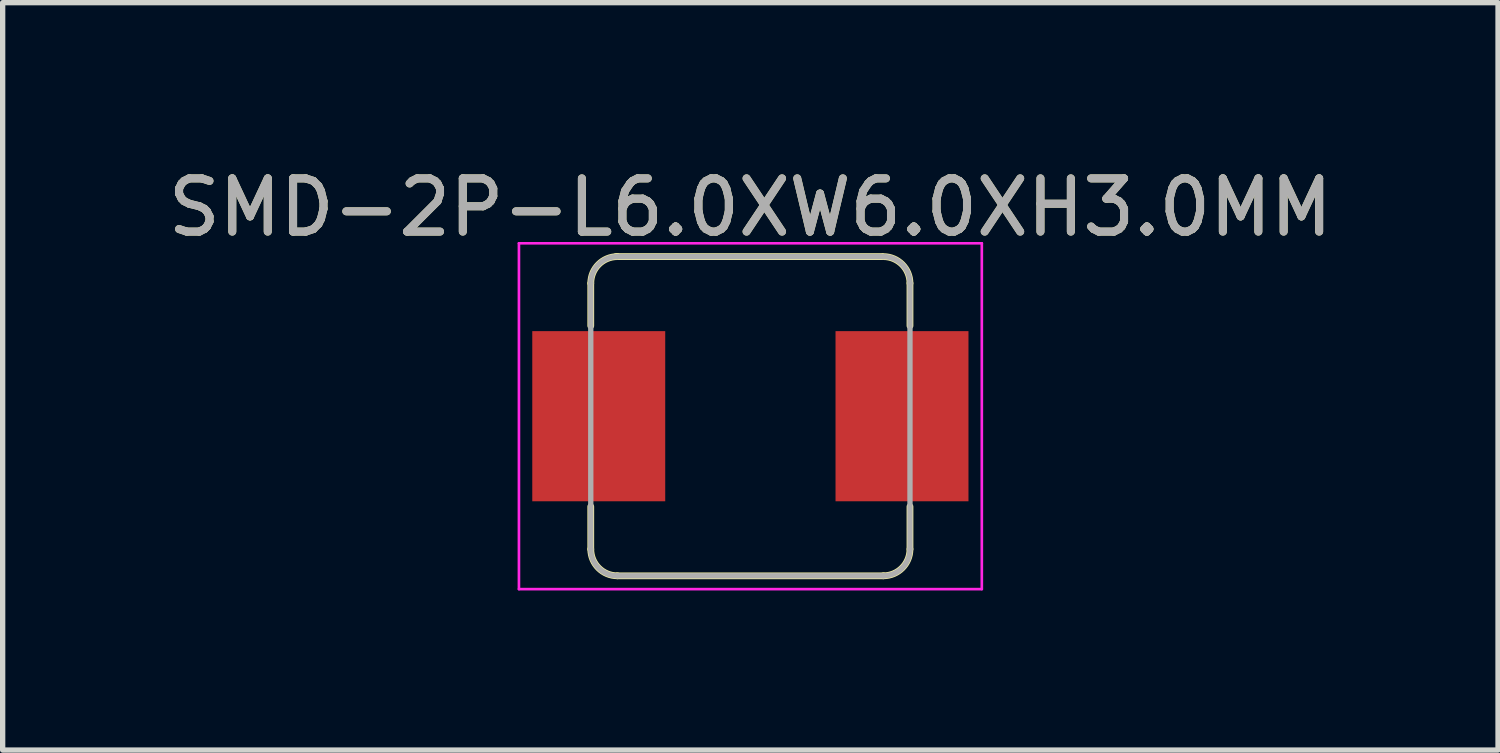
<source format=kicad_pcb>
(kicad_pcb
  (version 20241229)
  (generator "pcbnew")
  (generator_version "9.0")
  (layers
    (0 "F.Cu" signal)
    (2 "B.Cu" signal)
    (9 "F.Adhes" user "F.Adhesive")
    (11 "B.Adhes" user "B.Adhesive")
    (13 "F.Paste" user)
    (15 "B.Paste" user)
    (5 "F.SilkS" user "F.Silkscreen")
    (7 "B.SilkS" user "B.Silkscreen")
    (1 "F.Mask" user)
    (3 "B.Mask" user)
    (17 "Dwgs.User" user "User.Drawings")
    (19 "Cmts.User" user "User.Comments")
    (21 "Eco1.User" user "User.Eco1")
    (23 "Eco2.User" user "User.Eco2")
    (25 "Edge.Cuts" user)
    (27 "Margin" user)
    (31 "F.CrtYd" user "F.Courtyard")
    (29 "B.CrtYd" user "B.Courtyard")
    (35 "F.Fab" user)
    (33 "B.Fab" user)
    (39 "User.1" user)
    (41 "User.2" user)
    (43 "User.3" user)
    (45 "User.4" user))
  (footprint "SMD-2P-L6.0XW6.0XH3.0MM"
    (layer "F.Cu")
    (at 11.054 4.773)
    (property "Reference" "SMD-2P-L6.0XW6.0XH3.0MM" (at 0 -3.925 0) (layer "F.SilkS") (effects (font (size 1 1) (thickness 0.15))))
    (attr smd)
    (fp_line (start -3 -2.499) (end -3 -1.699) (stroke (width 0.127) (type solid)) (layer "F.SilkS"))
    (fp_line (start -3 2.499) (end -3 1.699) (stroke (width 0.127) (type solid)) (layer "F.SilkS"))
    (fp_line (start 2.475 -3) (end -2.524 -3) (stroke (width 0.127) (type solid)) (layer "F.SilkS"))
    (fp_line (start 2.499 3) (end -2.499 3) (stroke (width 0.127) (type solid)) (layer "F.SilkS"))
    (fp_line (start 3 -2.499) (end 3 -1.699) (stroke (width 0.127) (type solid)) (layer "F.SilkS"))
    (fp_line (start 3 2.499) (end 3 1.699) (stroke (width 0.127) (type solid)) (layer "F.SilkS"))
    (fp_arc (start -2.99974 -2.49936) (mid -2.853182 -2.853182) (end -2.49936 -2.99974) (stroke (width 0.127) (type solid)) (layer "F.SilkS"))
    (fp_arc (start -2.49936 2.99974) (mid -2.853182 2.853182) (end -2.99974 2.49936) (stroke (width 0.127) (type solid)) (layer "F.SilkS"))
    (fp_arc (start 2.49936 -2.99974) (mid 2.853182 -2.853182) (end 2.99974 -2.49936) (stroke (width 0.127) (type solid)) (layer "F.SilkS"))
    (fp_arc (start 2.99974 2.49936) (mid 2.853182 2.853182) (end 2.49936 2.99974) (stroke (width 0.127) (type solid)) (layer "F.SilkS"))
    (fp_line (start -4.35 -3.25) (end -4.35 3.25) (stroke (width 0.05) (type solid)) (layer "F.CrtYd"))
    (fp_line (start -4.35 3.25) (end 4.35 3.25) (stroke (width 0.05) (type solid)) (layer "F.CrtYd"))
    (fp_line (start 4.35 -3.25) (end -4.35 -3.25) (stroke (width 0.05) (type solid)) (layer "F.CrtYd"))
    (fp_line (start 4.35 3.25) (end 4.35 -3.25) (stroke (width 0.05) (type solid)) (layer "F.CrtYd"))
    (fp_line (start -3 2.5) (end -3 -2.5) (stroke (width 0.1) (type solid)) (layer "F.Fab"))
    (fp_line (start -2.5 -3) (end 2.5 -3) (stroke (width 0.1) (type solid)) (layer "F.Fab"))
    (fp_line (start 2.5 3) (end -2.5 3) (stroke (width 0.1) (type solid)) (layer "F.Fab"))
    (fp_line (start 3 2.5) (end 3 -2.5) (stroke (width 0.1) (type solid)) (layer "F.Fab"))
    (fp_arc (start -3 -2.5) (mid -2.853553 -2.853553) (end -2.5 -3) (stroke (width 0.1) (type solid)) (layer "F.Fab"))
    (fp_arc (start -2.5 3) (mid -2.853553 2.853553) (end -3 2.5) (stroke (width 0.1) (type solid)) (layer "F.Fab"))
    (fp_arc (start 2.5 -3) (mid 2.853553 -2.853553) (end 3 -2.5) (stroke (width 0.1) (type solid)) (layer "F.Fab"))
    (fp_arc (start 3 2.5) (mid 2.853553 2.853553) (end 2.5 3) (stroke (width 0.1) (type solid)) (layer "F.Fab"))
    (fp_text user "${REFERENCE}" (at 0 -3.925 0) (layer "F.Fab") (effects (font (size 1 1) (thickness 0.15))))
    (pad "1" smd rect (at -2.85 0 90) (size 3.198 2.499) (layers "F.Cu" "F.Mask" "F.Paste"))
    (pad "2" smd rect (at 2.85 0 90) (size 3.198 2.499) (layers "F.Cu" "F.Mask" "F.Paste")))
  (gr_rect
    (start -3 -3)
    (end 25.107 11.048)
    (stroke (width 0.1) (type default))
    (fill no)
    (layer "Edge.Cuts")))
</source>
